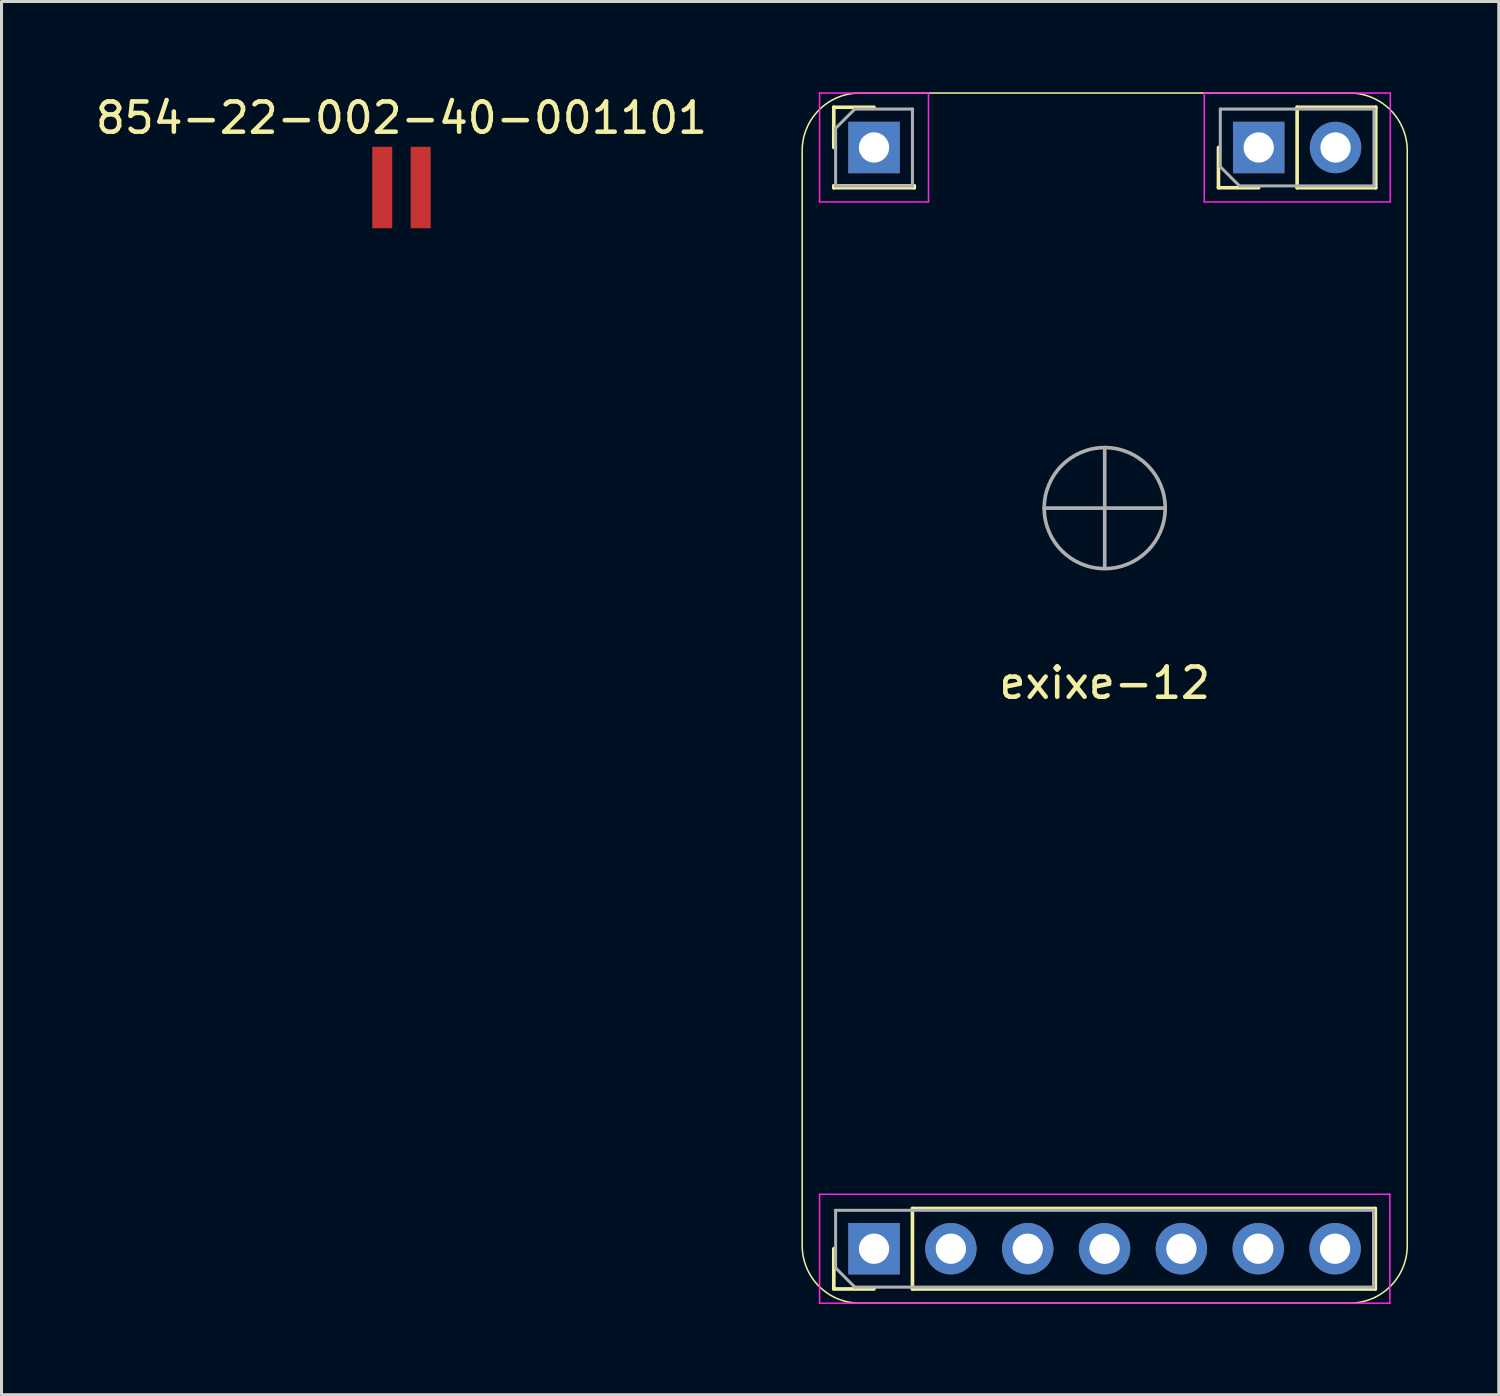
<source format=kicad_pcb>
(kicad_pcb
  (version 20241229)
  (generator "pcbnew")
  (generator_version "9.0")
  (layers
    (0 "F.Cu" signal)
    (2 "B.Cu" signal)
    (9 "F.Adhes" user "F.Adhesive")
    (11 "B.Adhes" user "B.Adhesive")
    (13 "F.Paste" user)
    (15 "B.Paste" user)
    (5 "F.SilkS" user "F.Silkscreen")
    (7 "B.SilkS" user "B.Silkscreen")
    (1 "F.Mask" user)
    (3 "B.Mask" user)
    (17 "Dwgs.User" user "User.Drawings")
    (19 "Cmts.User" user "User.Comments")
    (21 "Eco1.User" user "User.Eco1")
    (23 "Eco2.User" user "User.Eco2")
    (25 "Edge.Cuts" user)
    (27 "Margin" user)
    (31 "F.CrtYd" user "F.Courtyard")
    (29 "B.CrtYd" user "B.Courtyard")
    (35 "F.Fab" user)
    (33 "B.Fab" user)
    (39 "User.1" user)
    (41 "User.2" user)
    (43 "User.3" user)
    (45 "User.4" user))
  (footprint "854-22-002-40-001101"
    (layer "F.Cu")
    (at 10.22 3.148)
    (property "Reference" "854-22-002-40-001101" (at 0 -2.3 0) (unlocked yes) (layer "F.SilkS") (effects (font (size 1 1) (thickness 0.15))))
    (attr smd)
    (pad "1" smd rect (at -0.635 0) (size 0.66 2.692) (layers "F.Cu" "F.Mask"))
    (pad "2" smd rect (at 0.635 0) (size 0.66 2.692) (layers "F.Cu" "F.Mask")))
  (footprint "exixe-12"
    (layer "F.Cu")
    (at 33.465 20.025)
    (property "Reference" "exixe-12" (at 0 -0.5 0) (unlocked yes) (layer "F.SilkS") (effects (font (size 1 1) (thickness 0.15))))
    (attr smd)
    (fp_line (start -8.955 -19.53) (end -7.625 -19.53) (stroke (width 0.12) (type solid)) (layer "F.SilkS"))
    (fp_line (start -8.955 -18.2) (end -8.955 -19.53) (stroke (width 0.12) (type solid)) (layer "F.SilkS"))
    (fp_line (start -8.955 -16.93) (end -8.955 -16.87) (stroke (width 0.12) (type solid)) (layer "F.SilkS"))
    (fp_line (start -8.955 -16.93) (end -6.295 -16.93) (stroke (width 0.12) (type solid)) (layer "F.SilkS"))
    (fp_line (start -8.955 -16.87) (end -6.295 -16.87) (stroke (width 0.12) (type solid)) (layer "F.SilkS"))
    (fp_line (start -8.955 19.53) (end -8.955 18.2) (stroke (width 0.12) (type solid)) (layer "F.SilkS"))
    (fp_line (start -7.625 19.53) (end -8.955 19.53) (stroke (width 0.12) (type solid)) (layer "F.SilkS"))
    (fp_line (start -6.355 16.87) (end 8.945 16.87) (stroke (width 0.12) (type solid)) (layer "F.SilkS"))
    (fp_line (start -6.355 19.53) (end -6.355 16.87) (stroke (width 0.12) (type solid)) (layer "F.SilkS"))
    (fp_line (start -6.355 19.53) (end 8.945 19.53) (stroke (width 0.12) (type solid)) (layer "F.SilkS"))
    (fp_line (start -6.295 -16.93) (end -6.295 -16.87) (stroke (width 0.12) (type solid)) (layer "F.SilkS"))
    (fp_line (start 3.76 -16.87) (end 3.76 -18.2) (stroke (width 0.12) (type solid)) (layer "F.SilkS"))
    (fp_line (start 5.09 -16.87) (end 3.76 -16.87) (stroke (width 0.12) (type solid)) (layer "F.SilkS"))
    (fp_line (start 6.36 -19.53) (end 8.96 -19.53) (stroke (width 0.12) (type solid)) (layer "F.SilkS"))
    (fp_line (start 6.36 -16.87) (end 6.36 -19.53) (stroke (width 0.12) (type solid)) (layer "F.SilkS"))
    (fp_line (start 6.36 -16.87) (end 8.96 -16.87) (stroke (width 0.12) (type solid)) (layer "F.SilkS"))
    (fp_line (start 8.945 19.53) (end 8.945 16.87) (stroke (width 0.12) (type solid)) (layer "F.SilkS"))
    (fp_line (start 8.96 -16.87) (end 8.96 -19.53) (stroke (width 0.12) (type solid)) (layer "F.SilkS"))
    (fp_poly (pts (arc (start -8.095 -20) (mid -9.442038 -19.442038) (end -10 -18.095)) (arc (start -10 18.095) (mid -9.442038 19.442038) (end -8.095 20)) (arc (start 8.095 20) (mid 9.442038 19.442038) (end 10 18.095)) (arc (start 10 -18.095) (mid 9.442038 -19.442038) (end 8.095 -20))) (stroke (width 0.05) (type solid)) (fill no) (layer "F.SilkS"))
    (fp_line (start -9.425 -20) (end -9.425 -16.4) (stroke (width 0.05) (type solid)) (layer "F.CrtYd"))
    (fp_line (start -9.425 -16.4) (end -5.825 -16.4) (stroke (width 0.05) (type solid)) (layer "F.CrtYd"))
    (fp_line (start -9.425 16.4) (end -9.425 20) (stroke (width 0.05) (type solid)) (layer "F.CrtYd"))
    (fp_line (start -9.425 20) (end 9.425 20) (stroke (width 0.05) (type solid)) (layer "F.CrtYd"))
    (fp_line (start -5.825 -20) (end -9.425 -20) (stroke (width 0.05) (type solid)) (layer "F.CrtYd"))
    (fp_line (start -5.825 -16.4) (end -5.825 -20) (stroke (width 0.05) (type solid)) (layer "F.CrtYd"))
    (fp_line (start 3.29 -20) (end 3.29 -16.4) (stroke (width 0.05) (type solid)) (layer "F.CrtYd"))
    (fp_line (start 3.29 -16.4) (end 9.44 -16.4) (stroke (width 0.05) (type solid)) (layer "F.CrtYd"))
    (fp_line (start 9.425 16.4) (end -9.425 16.4) (stroke (width 0.05) (type solid)) (layer "F.CrtYd"))
    (fp_line (start 9.425 20) (end 9.425 16.4) (stroke (width 0.05) (type solid)) (layer "F.CrtYd"))
    (fp_line (start 9.44 -20) (end 3.29 -20) (stroke (width 0.05) (type solid)) (layer "F.CrtYd"))
    (fp_line (start 9.44 -16.4) (end 9.44 -20) (stroke (width 0.05) (type solid)) (layer "F.CrtYd"))
    (fp_line (start -8.895 -18.835) (end -8.26 -19.47) (stroke (width 0.1) (type solid)) (layer "F.Fab"))
    (fp_line (start -8.895 -16.93) (end -8.895 -18.835) (stroke (width 0.1) (type solid)) (layer "F.Fab"))
    (fp_line (start -8.895 16.93) (end 8.885 16.93) (stroke (width 0.1) (type solid)) (layer "F.Fab"))
    (fp_line (start -8.895 18.835) (end -8.895 16.93) (stroke (width 0.1) (type solid)) (layer "F.Fab"))
    (fp_line (start -8.26 -19.47) (end -6.355 -19.47) (stroke (width 0.1) (type solid)) (layer "F.Fab"))
    (fp_line (start -8.26 19.47) (end -8.895 18.835) (stroke (width 0.1) (type solid)) (layer "F.Fab"))
    (fp_line (start -6.355 -19.47) (end -6.355 -16.93) (stroke (width 0.1) (type solid)) (layer "F.Fab"))
    (fp_line (start -6.355 -16.93) (end -8.895 -16.93) (stroke (width 0.1) (type solid)) (layer "F.Fab"))
    (fp_line (start 0 -8.28) (end 0 -4.35) (stroke (width 0.12) (type solid)) (layer "F.Fab"))
    (fp_line (start 2 -6.28) (end -2 -6.28) (stroke (width 0.12) (type solid)) (layer "F.Fab"))
    (fp_line (start 3.82 -19.47) (end 8.9 -19.47) (stroke (width 0.1) (type solid)) (layer "F.Fab"))
    (fp_line (start 3.82 -17.565) (end 3.82 -19.47) (stroke (width 0.1) (type solid)) (layer "F.Fab"))
    (fp_line (start 4.455 -16.93) (end 3.82 -17.565) (stroke (width 0.1) (type solid)) (layer "F.Fab"))
    (fp_line (start 8.885 16.93) (end 8.885 19.47) (stroke (width 0.1) (type solid)) (layer "F.Fab"))
    (fp_line (start 8.885 19.47) (end -8.26 19.47) (stroke (width 0.1) (type solid)) (layer "F.Fab"))
    (fp_line (start 8.9 -19.47) (end 8.9 -16.93) (stroke (width 0.1) (type solid)) (layer "F.Fab"))
    (fp_line (start 8.9 -16.93) (end 4.455 -16.93) (stroke (width 0.1) (type solid)) (layer "F.Fab"))
    (fp_circle (center 0 -6.28) (end 2 -6.28) (stroke (width 0.12) (type solid)) (fill no) (layer "F.Fab"))
    (pad "1" thru_hole rect (at -7.625 18.2 90) (size 1.7 1.7) (drill 1) (layers "*.Cu" "*.Mask"))
    (pad "2" thru_hole oval (at -5.085 18.2 90) (size 1.7 1.7) (drill 1) (layers "*.Cu" "*.Mask"))
    (pad "3" thru_hole oval (at -2.545 18.2 90) (size 1.7 1.7) (drill 1) (layers "*.Cu" "*.Mask"))
    (pad "4" thru_hole oval (at -0.005 18.2 90) (size 1.7 1.7) (drill 1) (layers "*.Cu" "*.Mask"))
    (pad "5" thru_hole oval (at 2.535 18.2 90) (size 1.7 1.7) (drill 1) (layers "*.Cu" "*.Mask"))
    (pad "6" thru_hole oval (at 5.075 18.2 90) (size 1.7 1.7) (drill 1) (layers "*.Cu" "*.Mask"))
    (pad "7" thru_hole oval (at 7.615 18.2 90) (size 1.7 1.7) (drill 1) (layers "*.Cu" "*.Mask"))
    (pad "8" thru_hole rect (at -7.625 -18.2) (size 1.7 1.7) (drill 1) (layers "*.Cu" "*.Mask"))
    (pad "9" thru_hole rect (at 5.09 -18.2 90) (size 1.7 1.7) (drill 1) (layers "*.Cu" "*.Mask"))
    (pad "10" thru_hole oval (at 7.63 -18.2 90) (size 1.7 1.7) (drill 1) (layers "*.Cu" "*.Mask")))
  (gr_rect
    (start -3 -3)
    (end 46.49 43.05)
    (stroke (width 0.1) (type default))
    (fill no)
    (layer "Edge.Cuts")))
</source>
